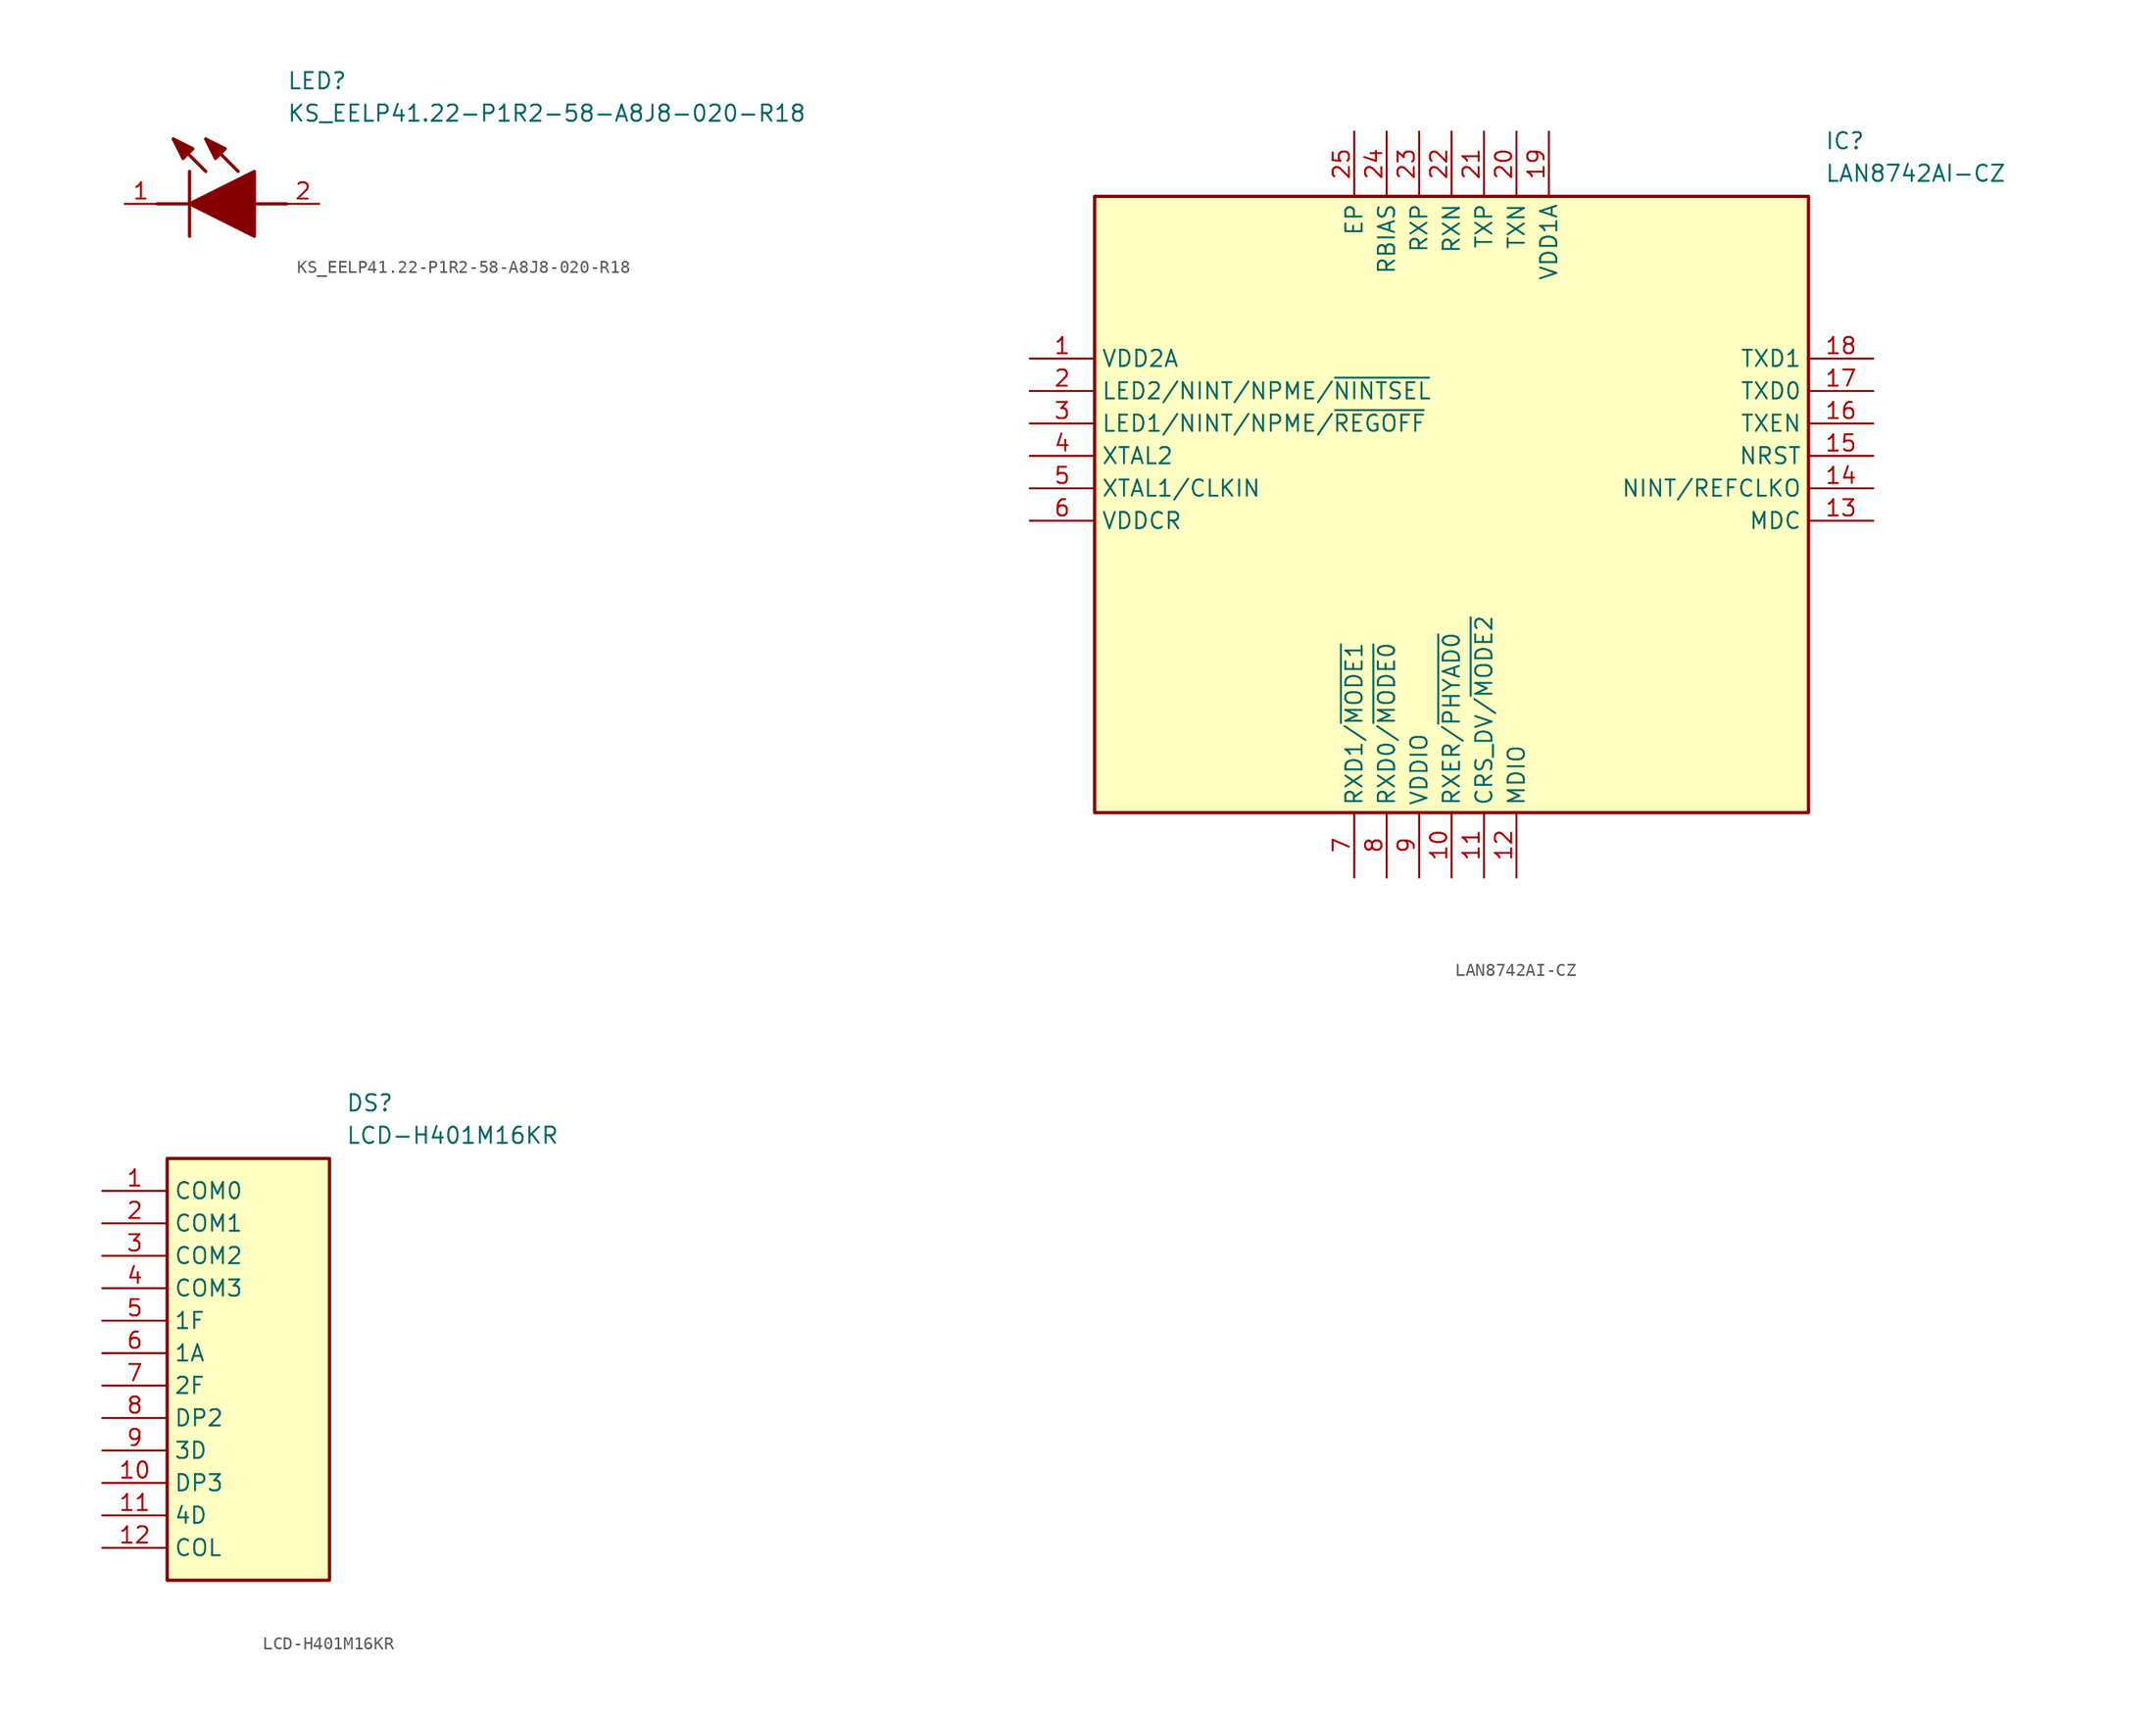
<source format=kicad_sym>
(kicad_symbol_lib
  (version 20241209)
  (generator "kicad_symbol_editor")
  (generator_version "9.0")
  (symbol "KS_EELP41.22-P1R2-58-A8J8-020-R18"
    (pin_names
      (hide yes))
    (property "Reference" "LED"
      (at 12.7 8.89 0)
      (effects (font (size 1.27 1.27)) (justify left bottom)))
    (property "Value" "KS_EELP41.22-P1R2-58-A8J8-020-R18"
      (at 12.7 6.35 0)
      (effects (font (size 1.27 1.27)) (justify left bottom)))
    (symbol "KS_EELP41.22-P1R2-58-A8J8-020-R18_1_1"
      (polyline (pts (xy 2.54 0) (xy 5.08 0)) (stroke (width 0.254) (type default)) (fill (type none)))
      (polyline (pts (xy 5.08 2.54) (xy 5.08 -2.54)) (stroke (width 0.254) (type default)) (fill (type none)))
      (polyline (pts (xy 5.08 0) (xy 10.16 2.54) (xy 10.16 -2.54) (xy 5.08 0)) (stroke (width 0.254) (type default)) (fill (type outline)))
      (polyline (pts (xy 5.334 4.318) (xy 4.572 3.556) (xy 3.81 5.08) (xy 5.334 4.318)) (stroke (width 0.254) (type default)) (fill (type outline)))
      (polyline (pts (xy 6.35 2.54) (xy 3.81 5.08)) (stroke (width 0.254) (type default)) (fill (type none)))
      (polyline (pts (xy 7.874 4.318) (xy 7.112 3.556) (xy 6.35 5.08) (xy 7.874 4.318)) (stroke (width 0.254) (type default)) (fill (type outline)))
      (polyline (pts (xy 8.89 2.54) (xy 6.35 5.08)) (stroke (width 0.254) (type default)) (fill (type none)))
      (polyline (pts (xy 10.16 0) (xy 12.7 0)) (stroke (width 0.254) (type default)) (fill (type none)))
      (pin passive line (at 0 0 0) (length 2.54) (name "K" (effects (font (size 1.27 1.27)))) (number "1" (effects (font (size 1.27 1.27)))))
      (pin passive line (at 15.24 0 180) (length 2.54) (name "A" (effects (font (size 1.27 1.27)))) (number "2" (effects (font (size 1.27 1.27)))))))
  (symbol "LAN8742AI-CZ"
    (property "Reference" "IC"
      (at 62.23 17.78 0)
      (effects (font (size 1.27 1.27)) (justify left top)))
    (property "Value" "LAN8742AI-CZ"
      (at 62.23 15.24 0)
      (effects (font (size 1.27 1.27)) (justify left top)))
    (symbol "LAN8742AI-CZ_1_1"
      (rectangle (start 5.08 12.7) (end 60.96 -35.56) (stroke (width 0.254) (type default)) (fill (type background)))
      (pin passive line (at 0 0 0) (length 5.08) (name "VDD2A" (effects (font (size 1.27 1.27)))) (number "1" (effects (font (size 1.27 1.27)))))
      (pin passive line (at 0 -2.54 0) (length 5.08) (name "LED2/NINT/NPME/~{NINTSEL}" (effects (font (size 1.27 1.27)))) (number "2" (effects (font (size 1.27 1.27)))))
      (pin passive line (at 0 -5.08 0) (length 5.08) (name "LED1/NINT/NPME/~{REGOFF}" (effects (font (size 1.27 1.27)))) (number "3" (effects (font (size 1.27 1.27)))))
      (pin passive line (at 0 -7.62 0) (length 5.08) (name "XTAL2" (effects (font (size 1.27 1.27)))) (number "4" (effects (font (size 1.27 1.27)))))
      (pin passive line (at 0 -10.16 0) (length 5.08) (name "XTAL1/CLKIN" (effects (font (size 1.27 1.27)))) (number "5" (effects (font (size 1.27 1.27)))))
      (pin passive line (at 0 -12.7 0) (length 5.08) (name "VDDCR" (effects (font (size 1.27 1.27)))) (number "6" (effects (font (size 1.27 1.27)))))
      (pin passive line (at 25.4 17.78 270) (length 5.08) (name "EP" (effects (font (size 1.27 1.27)))) (number "25" (effects (font (size 1.27 1.27)))))
      (pin passive line (at 25.4 -40.64 90) (length 5.08) (name "RXD1/~{MODE1}" (effects (font (size 1.27 1.27)))) (number "7" (effects (font (size 1.27 1.27)))))
      (pin passive line (at 27.94 17.78 270) (length 5.08) (name "RBIAS" (effects (font (size 1.27 1.27)))) (number "24" (effects (font (size 1.27 1.27)))))
      (pin passive line (at 27.94 -40.64 90) (length 5.08) (name "RXD0/~{MODE0}" (effects (font (size 1.27 1.27)))) (number "8" (effects (font (size 1.27 1.27)))))
      (pin passive line (at 30.48 17.78 270) (length 5.08) (name "RXP" (effects (font (size 1.27 1.27)))) (number "23" (effects (font (size 1.27 1.27)))))
      (pin passive line (at 30.48 -40.64 90) (length 5.08) (name "VDDIO" (effects (font (size 1.27 1.27)))) (number "9" (effects (font (size 1.27 1.27)))))
      (pin passive line (at 33.02 17.78 270) (length 5.08) (name "RXN" (effects (font (size 1.27 1.27)))) (number "22" (effects (font (size 1.27 1.27)))))
      (pin passive line (at 33.02 -40.64 90) (length 5.08) (name "RXER/~{PHYAD0}" (effects (font (size 1.27 1.27)))) (number "10" (effects (font (size 1.27 1.27)))))
      (pin passive line (at 35.56 17.78 270) (length 5.08) (name "TXP" (effects (font (size 1.27 1.27)))) (number "21" (effects (font (size 1.27 1.27)))))
      (pin passive line (at 35.56 -40.64 90) (length 5.08) (name "CRS_DV/~{MODE2}" (effects (font (size 1.27 1.27)))) (number "11" (effects (font (size 1.27 1.27)))))
      (pin passive line (at 38.1 17.78 270) (length 5.08) (name "TXN" (effects (font (size 1.27 1.27)))) (number "20" (effects (font (size 1.27 1.27)))))
      (pin passive line (at 38.1 -40.64 90) (length 5.08) (name "MDIO" (effects (font (size 1.27 1.27)))) (number "12" (effects (font (size 1.27 1.27)))))
      (pin passive line (at 40.64 17.78 270) (length 5.08) (name "VDD1A" (effects (font (size 1.27 1.27)))) (number "19" (effects (font (size 1.27 1.27)))))
      (pin passive line (at 66.04 0 180) (length 5.08) (name "TXD1" (effects (font (size 1.27 1.27)))) (number "18" (effects (font (size 1.27 1.27)))))
      (pin passive line (at 66.04 -2.54 180) (length 5.08) (name "TXD0" (effects (font (size 1.27 1.27)))) (number "17" (effects (font (size 1.27 1.27)))))
      (pin passive line (at 66.04 -5.08 180) (length 5.08) (name "TXEN" (effects (font (size 1.27 1.27)))) (number "16" (effects (font (size 1.27 1.27)))))
      (pin passive line (at 66.04 -7.62 180) (length 5.08) (name "NRST" (effects (font (size 1.27 1.27)))) (number "15" (effects (font (size 1.27 1.27)))))
      (pin passive line (at 66.04 -10.16 180) (length 5.08) (name "NINT/REFCLKO" (effects (font (size 1.27 1.27)))) (number "14" (effects (font (size 1.27 1.27)))))
      (pin passive line (at 66.04 -12.7 180) (length 5.08) (name "MDC" (effects (font (size 1.27 1.27)))) (number "13" (effects (font (size 1.27 1.27)))))))
  (symbol "LCD-H401M16KR"
    (property "Reference" "DS"
      (at 19.05 7.62 0)
      (effects (font (size 1.27 1.27)) (justify left top)))
    (property "Value" "LCD-H401M16KR"
      (at 19.05 5.08 0)
      (effects (font (size 1.27 1.27)) (justify left top)))
    (symbol "LCD-H401M16KR_1_1"
      (rectangle (start 5.08 2.54) (end 17.78 -30.48) (stroke (width 0.254) (type default)) (fill (type background)))
      (pin passive line (at 0 0 0) (length 5.08) (name "COM0" (effects (font (size 1.27 1.27)))) (number "1" (effects (font (size 1.27 1.27)))))
      (pin passive line (at 0 -2.54 0) (length 5.08) (name "COM1" (effects (font (size 1.27 1.27)))) (number "2" (effects (font (size 1.27 1.27)))))
      (pin passive line (at 0 -5.08 0) (length 5.08) (name "COM2" (effects (font (size 1.27 1.27)))) (number "3" (effects (font (size 1.27 1.27)))))
      (pin passive line (at 0 -7.62 0) (length 5.08) (name "COM3" (effects (font (size 1.27 1.27)))) (number "4" (effects (font (size 1.27 1.27)))))
      (pin passive line (at 0 -10.16 0) (length 5.08) (name "1F" (effects (font (size 1.27 1.27)))) (number "5" (effects (font (size 1.27 1.27)))))
      (pin passive line (at 0 -12.7 0) (length 5.08) (name "1A" (effects (font (size 1.27 1.27)))) (number "6" (effects (font (size 1.27 1.27)))))
      (pin passive line (at 0 -15.24 0) (length 5.08) (name "2F" (effects (font (size 1.27 1.27)))) (number "7" (effects (font (size 1.27 1.27)))))
      (pin passive line (at 0 -17.78 0) (length 5.08) (name "DP2" (effects (font (size 1.27 1.27)))) (number "8" (effects (font (size 1.27 1.27)))))
      (pin passive line (at 0 -20.32 0) (length 5.08) (name "3D" (effects (font (size 1.27 1.27)))) (number "9" (effects (font (size 1.27 1.27)))))
      (pin passive line (at 0 -22.86 0) (length 5.08) (name "DP3" (effects (font (size 1.27 1.27)))) (number "10" (effects (font (size 1.27 1.27)))))
      (pin passive line (at 0 -25.4 0) (length 5.08) (name "4D" (effects (font (size 1.27 1.27)))) (number "11" (effects (font (size 1.27 1.27)))))
      (pin passive line (at 0 -27.94 0) (length 5.08) (name "COL" (effects (font (size 1.27 1.27)))) (number "12" (effects (font (size 1.27 1.27))))))))
</source>
